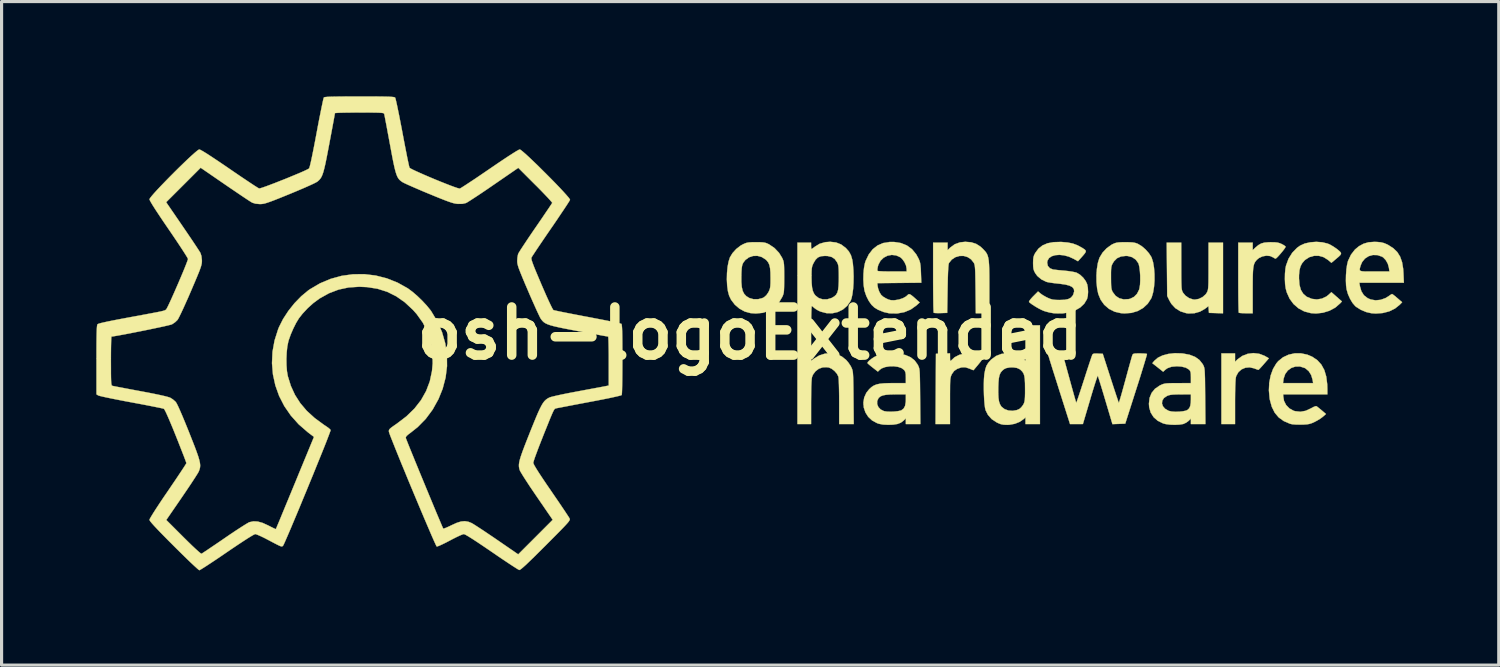
<source format=kicad_pcb>
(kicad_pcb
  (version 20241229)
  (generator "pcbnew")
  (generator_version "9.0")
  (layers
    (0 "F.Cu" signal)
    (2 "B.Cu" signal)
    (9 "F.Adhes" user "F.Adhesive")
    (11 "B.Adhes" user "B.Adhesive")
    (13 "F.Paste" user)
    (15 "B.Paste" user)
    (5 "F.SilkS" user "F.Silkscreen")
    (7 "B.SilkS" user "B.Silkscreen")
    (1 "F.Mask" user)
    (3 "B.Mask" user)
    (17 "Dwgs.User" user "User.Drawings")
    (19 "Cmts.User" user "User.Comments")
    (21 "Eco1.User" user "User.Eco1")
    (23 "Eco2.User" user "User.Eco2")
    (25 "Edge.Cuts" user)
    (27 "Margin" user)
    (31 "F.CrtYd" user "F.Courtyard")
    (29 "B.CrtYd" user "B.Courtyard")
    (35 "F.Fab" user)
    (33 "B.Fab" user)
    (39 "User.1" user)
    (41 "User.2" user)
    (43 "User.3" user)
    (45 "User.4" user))
  (footprint "osh-logoExtended"
    (layer "F.Cu")
    (at 20.701 7.505)
    (property "Reference" "osh-logoExtended" (at 0 0 0) (layer "F.SilkS") (effects (font (size 1.524 1.524) (thickness 0.3))))
    (attr through_hole)
    (fp_poly (pts (xy 16.118 0.647) (xy 16.291 0.712) (xy 16.315 0.726) (xy 16.427 0.791) (xy 16.269 0.974) (xy 16.199 1.053) (xy 16.142 1.115) (xy 16.105 1.151) (xy 16.096 1.157) (xy 16.066 1.148) (xy 16.005 1.126) (xy 15.962 1.109) (xy 15.821 1.077) (xy 15.685 1.089) (xy 15.563 1.141) (xy 15.464 1.228) (xy 15.397 1.346) (xy 15.385 1.385) (xy 15.376 1.448) (xy 15.369 1.557) (xy 15.363 1.707) (xy 15.359 1.893) (xy 15.357 2.109) (xy 15.357 2.185) (xy 15.357 2.873) (xy 14.925 2.873) (xy 14.925 0.636) (xy 15.357 0.636) (xy 15.357 0.9) (xy 15.44 0.821) (xy 15.588 0.715) (xy 15.757 0.649) (xy 15.937 0.626) (xy 16.118 0.647)) (stroke (width 0.01) (type solid)) (fill yes) (layer "F.SilkS"))
    (fp_poly (pts (xy 7.128 0.658) (xy 7.236 0.699) (xy 7.309 0.738) (xy 7.359 0.771) (xy 7.373 0.789) (xy 7.358 0.817) (xy 7.317 0.873) (xy 7.258 0.948) (xy 7.229 0.984) (xy 7.164 1.062) (xy 7.112 1.124) (xy 7.082 1.161) (xy 7.078 1.166) (xy 7.053 1.161) (xy 6.998 1.139) (xy 6.96 1.122) (xy 6.823 1.076) (xy 6.692 1.078) (xy 6.559 1.125) (xy 6.462 1.191) (xy 6.394 1.285) (xy 6.388 1.296) (xy 6.372 1.33) (xy 6.359 1.365) (xy 6.349 1.407) (xy 6.341 1.461) (xy 6.336 1.535) (xy 6.333 1.634) (xy 6.332 1.765) (xy 6.331 1.935) (xy 6.331 2.141) (xy 6.331 2.873) (xy 5.873 2.873) (xy 5.879 1.761) (xy 5.886 0.648) (xy 6.108 0.641) (xy 6.331 0.634) (xy 6.332 0.768) (xy 6.334 0.844) (xy 6.342 0.876) (xy 6.357 0.871) (xy 6.364 0.863) (xy 6.477 0.758) (xy 6.622 0.683) (xy 6.787 0.64) (xy 6.959 0.631) (xy 7.128 0.658)) (stroke (width 0.01) (type solid)) (fill yes) (layer "F.SilkS"))
    (fp_poly (pts (xy 13.654 -2.129) (xy 13.654 -1.915) (xy 13.655 -1.745) (xy 13.657 -1.614) (xy 13.66 -1.515) (xy 13.664 -1.442) (xy 13.671 -1.389) (xy 13.681 -1.349) (xy 13.694 -1.317) (xy 13.71 -1.286) (xy 13.711 -1.284) (xy 13.79 -1.19) (xy 13.9 -1.116) (xy 14.023 -1.074) (xy 14.086 -1.068) (xy 14.209 -1.09) (xy 14.328 -1.148) (xy 14.425 -1.233) (xy 14.46 -1.284) (xy 14.477 -1.315) (xy 14.489 -1.347) (xy 14.499 -1.385) (xy 14.506 -1.437) (xy 14.511 -1.509) (xy 14.515 -1.605) (xy 14.516 -1.734) (xy 14.517 -1.901) (xy 14.517 -2.111) (xy 14.517 -2.129) (xy 14.518 -2.873) (xy 14.976 -2.873) (xy 14.976 -0.634) (xy 14.753 -0.641) (xy 14.531 -0.648) (xy 14.523 -0.755) (xy 14.515 -0.862) (xy 14.401 -0.775) (xy 14.244 -0.686) (xy 14.066 -0.636) (xy 13.881 -0.629) (xy 13.813 -0.638) (xy 13.626 -0.697) (xy 13.467 -0.797) (xy 13.34 -0.934) (xy 13.28 -1.037) (xy 13.209 -1.182) (xy 13.201 -2.028) (xy 13.193 -2.873) (xy 13.653 -2.873) (xy 13.654 -2.129)) (stroke (width 0.01) (type solid)) (fill yes) (layer "F.SilkS"))
    (fp_poly (pts (xy 16.611 -2.883) (xy 16.701 -2.874) (xy 16.773 -2.854) (xy 16.838 -2.826) (xy 16.906 -2.789) (xy 16.95 -2.756) (xy 16.959 -2.742) (xy 16.943 -2.71) (xy 16.903 -2.652) (xy 16.846 -2.58) (xy 16.783 -2.505) (xy 16.722 -2.437) (xy 16.672 -2.387) (xy 16.643 -2.365) (xy 16.642 -2.365) (xy 16.602 -2.38) (xy 16.569 -2.402) (xy 16.469 -2.448) (xy 16.35 -2.459) (xy 16.226 -2.437) (xy 16.114 -2.384) (xy 16.052 -2.333) (xy 16.015 -2.291) (xy 15.985 -2.248) (xy 15.962 -2.198) (xy 15.945 -2.136) (xy 15.932 -2.054) (xy 15.924 -1.948) (xy 15.919 -1.81) (xy 15.917 -1.635) (xy 15.916 -1.417) (xy 15.916 -1.356) (xy 15.916 -0.636) (xy 15.704 -0.636) (xy 15.605 -0.638) (xy 15.526 -0.643) (xy 15.481 -0.65) (xy 15.476 -0.653) (xy 15.472 -0.681) (xy 15.469 -0.755) (xy 15.466 -0.869) (xy 15.463 -1.018) (xy 15.461 -1.197) (xy 15.46 -1.4) (xy 15.459 -1.622) (xy 15.459 -1.771) (xy 15.459 -2.873) (xy 15.916 -2.873) (xy 15.916 -2.634) (xy 15.999 -2.713) (xy 16.093 -2.792) (xy 16.184 -2.844) (xy 16.288 -2.873) (xy 16.419 -2.884) (xy 16.488 -2.885) (xy 16.611 -2.883)) (stroke (width 0.01) (type solid)) (fill yes) (layer "F.SilkS"))
    (fp_poly (pts (xy 7.001 -2.883) (xy 7.157 -2.834) (xy 7.295 -2.746) (xy 7.362 -2.684) (xy 7.416 -2.628) (xy 7.461 -2.577) (xy 7.496 -2.524) (xy 7.523 -2.463) (xy 7.543 -2.389) (xy 7.558 -2.295) (xy 7.567 -2.178) (xy 7.573 -2.03) (xy 7.576 -1.845) (xy 7.577 -1.619) (xy 7.577 -1.47) (xy 7.577 -0.636) (xy 7.148 -0.636) (xy 7.14 -1.392) (xy 7.137 -1.613) (xy 7.134 -1.788) (xy 7.131 -1.925) (xy 7.126 -2.028) (xy 7.12 -2.104) (xy 7.112 -2.159) (xy 7.101 -2.198) (xy 7.089 -2.227) (xy 7.088 -2.229) (xy 7.001 -2.34) (xy 6.89 -2.414) (xy 6.763 -2.451) (xy 6.631 -2.45) (xy 6.502 -2.412) (xy 6.388 -2.337) (xy 6.297 -2.225) (xy 6.297 -2.225) (xy 6.286 -2.181) (xy 6.277 -2.089) (xy 6.269 -1.948) (xy 6.262 -1.757) (xy 6.257 -1.516) (xy 6.255 -1.411) (xy 6.242 -0.648) (xy 6.037 -0.641) (xy 5.94 -0.64) (xy 5.863 -0.643) (xy 5.819 -0.649) (xy 5.815 -0.652) (xy 5.811 -0.68) (xy 5.808 -0.754) (xy 5.804 -0.868) (xy 5.802 -1.018) (xy 5.8 -1.197) (xy 5.798 -1.4) (xy 5.797 -1.623) (xy 5.797 -1.771) (xy 5.797 -2.873) (xy 6.255 -2.873) (xy 6.255 -2.634) (xy 6.337 -2.714) (xy 6.481 -2.82) (xy 6.649 -2.881) (xy 6.816 -2.898) (xy 7.001 -2.883)) (stroke (width 0.01) (type solid)) (fill yes) (layer "F.SilkS"))
    (fp_poly (pts (xy 18.118 -2.883) (xy 18.288 -2.842) (xy 18.359 -2.812) (xy 18.462 -2.753) (xy 18.57 -2.68) (xy 18.621 -2.639) (xy 18.678 -2.59) (xy 18.709 -2.551) (xy 18.713 -2.516) (xy 18.687 -2.474) (xy 18.628 -2.418) (xy 18.532 -2.337) (xy 18.529 -2.334) (xy 18.408 -2.233) (xy 18.303 -2.323) (xy 18.165 -2.411) (xy 18.014 -2.454) (xy 17.859 -2.454) (xy 17.71 -2.412) (xy 17.576 -2.326) (xy 17.552 -2.303) (xy 17.478 -2.215) (xy 17.428 -2.117) (xy 17.397 -1.998) (xy 17.383 -1.846) (xy 17.382 -1.738) (xy 17.397 -1.538) (xy 17.44 -1.378) (xy 17.515 -1.254) (xy 17.621 -1.162) (xy 17.632 -1.156) (xy 17.786 -1.092) (xy 17.947 -1.073) (xy 18.105 -1.098) (xy 18.248 -1.165) (xy 18.308 -1.212) (xy 18.408 -1.303) (xy 18.741 -1.01) (xy 18.683 -0.947) (xy 18.529 -0.814) (xy 18.344 -0.715) (xy 18.138 -0.652) (xy 17.922 -0.628) (xy 17.76 -0.639) (xy 17.552 -0.693) (xy 17.367 -0.791) (xy 17.21 -0.927) (xy 17.084 -1.098) (xy 16.994 -1.3) (xy 16.962 -1.419) (xy 16.942 -1.557) (xy 16.935 -1.72) (xy 16.938 -1.889) (xy 16.952 -2.044) (xy 16.971 -2.144) (xy 17.051 -2.362) (xy 17.169 -2.552) (xy 17.32 -2.707) (xy 17.419 -2.778) (xy 17.566 -2.844) (xy 17.742 -2.883) (xy 17.931 -2.897) (xy 18.118 -2.883)) (stroke (width 0.01) (type solid)) (fill yes) (layer "F.SilkS"))
    (fp_poly (pts (xy 17.647 0.676) (xy 17.804 0.743) (xy 17.964 0.852) (xy 18.09 0.991) (xy 18.184 1.163) (xy 18.245 1.37) (xy 18.276 1.616) (xy 18.28 1.761) (xy 18.281 1.932) (xy 16.882 1.932) (xy 16.883 1.99) (xy 16.907 2.138) (xy 16.974 2.27) (xy 17.077 2.377) (xy 17.208 2.45) (xy 17.259 2.465) (xy 17.429 2.483) (xy 17.595 2.453) (xy 17.762 2.375) (xy 17.84 2.333) (xy 17.902 2.308) (xy 17.934 2.306) (xy 17.967 2.33) (xy 18.026 2.377) (xy 18.098 2.437) (xy 18.1 2.438) (xy 18.236 2.554) (xy 18.138 2.641) (xy 18.062 2.698) (xy 17.962 2.759) (xy 17.874 2.806) (xy 17.789 2.844) (xy 17.714 2.868) (xy 17.632 2.882) (xy 17.526 2.889) (xy 17.455 2.891) (xy 17.298 2.89) (xy 17.172 2.88) (xy 17.099 2.864) (xy 16.9 2.778) (xy 16.739 2.662) (xy 16.614 2.514) (xy 16.522 2.33) (xy 16.46 2.106) (xy 16.451 2.054) (xy 16.429 1.806) (xy 16.44 1.576) (xy 16.876 1.576) (xy 17.83 1.576) (xy 17.812 1.468) (xy 17.768 1.321) (xy 17.691 1.198) (xy 17.587 1.11) (xy 17.561 1.096) (xy 17.415 1.05) (xy 17.273 1.051) (xy 17.142 1.094) (xy 17.03 1.174) (xy 16.945 1.288) (xy 16.896 1.431) (xy 16.892 1.456) (xy 16.876 1.576) (xy 16.44 1.576) (xy 16.441 1.564) (xy 16.485 1.335) (xy 16.56 1.129) (xy 16.663 0.955) (xy 16.725 0.881) (xy 16.876 0.759) (xy 17.053 0.676) (xy 17.245 0.634) (xy 17.446 0.634) (xy 17.647 0.676)) (stroke (width 0.01) (type solid)) (fill yes) (layer "F.SilkS"))
    (fp_poly (pts (xy 9.179 2.873) (xy 8.721 2.873) (xy 8.721 2.661) (xy 8.664 2.714) (xy 8.539 2.802) (xy 8.383 2.864) (xy 8.212 2.895) (xy 8.147 2.898) (xy 8.033 2.894) (xy 7.943 2.877) (xy 7.85 2.84) (xy 7.811 2.821) (xy 7.65 2.715) (xy 7.531 2.579) (xy 7.459 2.437) (xy 7.441 2.362) (xy 7.426 2.247) (xy 7.414 2.102) (xy 7.406 1.94) (xy 7.405 1.895) (xy 7.859 1.895) (xy 7.866 2.043) (xy 7.883 2.156) (xy 7.912 2.243) (xy 7.953 2.312) (xy 7.965 2.327) (xy 8.06 2.401) (xy 8.183 2.444) (xy 8.317 2.454) (xy 8.449 2.43) (xy 8.526 2.396) (xy 8.586 2.345) (xy 8.642 2.272) (xy 8.655 2.25) (xy 8.676 2.206) (xy 8.69 2.158) (xy 8.7 2.097) (xy 8.705 2.013) (xy 8.708 1.897) (xy 8.708 1.754) (xy 8.706 1.579) (xy 8.699 1.446) (xy 8.684 1.346) (xy 8.66 1.272) (xy 8.622 1.213) (xy 8.57 1.161) (xy 8.535 1.134) (xy 8.451 1.096) (xy 8.339 1.078) (xy 8.22 1.08) (xy 8.111 1.101) (xy 8.043 1.134) (xy 7.978 1.189) (xy 7.931 1.249) (xy 7.899 1.324) (xy 7.878 1.422) (xy 7.866 1.553) (xy 7.86 1.705) (xy 7.859 1.895) (xy 7.405 1.895) (xy 7.402 1.77) (xy 7.402 1.603) (xy 7.406 1.45) (xy 7.416 1.323) (xy 7.422 1.275) (xy 7.45 1.134) (xy 7.487 1.025) (xy 7.544 0.934) (xy 7.627 0.84) (xy 7.643 0.825) (xy 7.788 0.718) (xy 7.953 0.653) (xy 8.131 0.63) (xy 8.313 0.65) (xy 8.491 0.713) (xy 8.637 0.803) (xy 8.721 0.867) (xy 8.721 -0.254) (xy 9.179 -0.254) (xy 9.179 2.873)) (stroke (width 0.01) (type solid)) (fill yes) (layer "F.SilkS"))
    (fp_poly (pts (xy 19.852 -2.894) (xy 19.974 -2.882) (xy 20.07 -2.859) (xy 20.166 -2.819) (xy 20.209 -2.797) (xy 20.369 -2.694) (xy 20.493 -2.574) (xy 20.584 -2.429) (xy 20.646 -2.253) (xy 20.681 -2.041) (xy 20.69 -1.901) (xy 20.703 -1.602) (xy 19.293 -1.602) (xy 19.311 -1.494) (xy 19.358 -1.331) (xy 19.438 -1.205) (xy 19.555 -1.114) (xy 19.651 -1.072) (xy 19.805 -1.045) (xy 19.968 -1.061) (xy 20.126 -1.118) (xy 20.229 -1.183) (xy 20.285 -1.222) (xy 20.323 -1.244) (xy 20.329 -1.246) (xy 20.355 -1.23) (xy 20.409 -1.189) (xy 20.479 -1.13) (xy 20.497 -1.115) (xy 20.648 -0.984) (xy 20.568 -0.902) (xy 20.42 -0.784) (xy 20.239 -0.696) (xy 20.034 -0.643) (xy 19.816 -0.627) (xy 19.677 -0.636) (xy 19.511 -0.674) (xy 19.343 -0.744) (xy 19.197 -0.835) (xy 19.164 -0.862) (xy 19.08 -0.959) (xy 19.001 -1.09) (xy 18.934 -1.239) (xy 18.89 -1.391) (xy 18.89 -1.392) (xy 18.873 -1.516) (xy 18.867 -1.67) (xy 18.87 -1.838) (xy 18.882 -2.005) (xy 18.886 -2.036) (xy 19.304 -2.036) (xy 19.306 -2.001) (xy 19.33 -1.978) (xy 19.379 -1.965) (xy 19.461 -1.959) (xy 19.582 -1.958) (xy 19.746 -1.958) (xy 19.772 -1.958) (xy 20.246 -1.958) (xy 20.229 -2.078) (xy 20.195 -2.202) (xy 20.132 -2.315) (xy 20.052 -2.401) (xy 20.013 -2.427) (xy 19.868 -2.477) (xy 19.723 -2.481) (xy 19.589 -2.444) (xy 19.472 -2.369) (xy 19.382 -2.259) (xy 19.336 -2.154) (xy 19.316 -2.086) (xy 19.304 -2.036) (xy 18.886 -2.036) (xy 18.902 -2.155) (xy 18.929 -2.273) (xy 18.935 -2.293) (xy 19.029 -2.491) (xy 19.154 -2.653) (xy 19.281 -2.758) (xy 19.428 -2.838) (xy 19.584 -2.883) (xy 19.763 -2.896) (xy 19.852 -2.894)) (stroke (width 0.01) (type solid)) (fill yes) (layer "F.SilkS"))
    (fp_poly (pts (xy 4.558 -2.893) (xy 4.776 -2.859) (xy 4.966 -2.782) (xy 5.129 -2.662) (xy 5.261 -2.502) (xy 5.334 -2.369) (xy 5.364 -2.299) (xy 5.384 -2.23) (xy 5.397 -2.149) (xy 5.406 -2.044) (xy 5.411 -1.914) (xy 5.422 -1.603) (xy 4.726 -1.596) (xy 4.03 -1.589) (xy 4.038 -1.5) (xy 4.054 -1.422) (xy 4.086 -1.331) (xy 4.102 -1.297) (xy 4.15 -1.218) (xy 4.214 -1.16) (xy 4.297 -1.11) (xy 4.388 -1.068) (xy 4.464 -1.049) (xy 4.552 -1.047) (xy 4.59 -1.05) (xy 4.718 -1.071) (xy 4.839 -1.112) (xy 4.937 -1.166) (xy 4.982 -1.206) (xy 5.013 -1.235) (xy 5.046 -1.24) (xy 5.091 -1.22) (xy 5.157 -1.169) (xy 5.222 -1.112) (xy 5.371 -0.978) (xy 5.268 -0.884) (xy 5.089 -0.756) (xy 4.885 -0.671) (xy 4.66 -0.629) (xy 4.42 -0.633) (xy 4.399 -0.636) (xy 4.226 -0.676) (xy 4.052 -0.747) (xy 3.937 -0.817) (xy 3.845 -0.905) (xy 3.757 -1.03) (xy 3.683 -1.177) (xy 3.629 -1.333) (xy 3.621 -1.366) (xy 3.597 -1.524) (xy 3.587 -1.704) (xy 3.591 -1.891) (xy 3.6 -1.989) (xy 4.031 -1.989) (xy 4.033 -1.978) (xy 4.062 -1.971) (xy 4.132 -1.966) (xy 4.237 -1.961) (xy 4.368 -1.959) (xy 4.502 -1.958) (xy 4.958 -1.958) (xy 4.958 -2.041) (xy 4.939 -2.146) (xy 4.888 -2.258) (xy 4.817 -2.356) (xy 4.759 -2.408) (xy 4.626 -2.468) (xy 4.487 -2.484) (xy 4.353 -2.459) (xy 4.231 -2.396) (xy 4.131 -2.3) (xy 4.063 -2.174) (xy 4.046 -2.113) (xy 4.033 -2.04) (xy 4.031 -1.989) (xy 3.6 -1.989) (xy 3.608 -2.069) (xy 3.637 -2.221) (xy 3.659 -2.291) (xy 3.759 -2.499) (xy 3.884 -2.662) (xy 4.036 -2.782) (xy 4.214 -2.859) (xy 4.419 -2.893) (xy 4.558 -2.893)) (stroke (width 0.01) (type solid)) (fill yes) (layer "F.SilkS"))
    (fp_poly (pts (xy 12.02 -2.884) (xy 12.118 -2.878) (xy 12.191 -2.865) (xy 12.256 -2.844) (xy 12.286 -2.83) (xy 12.404 -2.758) (xy 12.523 -2.656) (xy 12.628 -2.538) (xy 12.705 -2.42) (xy 12.716 -2.397) (xy 12.761 -2.253) (xy 12.791 -2.076) (xy 12.806 -1.878) (xy 12.807 -1.674) (xy 12.792 -1.475) (xy 12.762 -1.294) (xy 12.719 -1.146) (xy 12.702 -1.107) (xy 12.592 -0.938) (xy 12.448 -0.804) (xy 12.274 -0.706) (xy 12.075 -0.647) (xy 11.856 -0.631) (xy 11.747 -0.638) (xy 11.546 -0.684) (xy 11.368 -0.773) (xy 11.218 -0.901) (xy 11.102 -1.062) (xy 11.026 -1.247) (xy 10.989 -1.426) (xy 10.97 -1.627) (xy 10.969 -1.767) (xy 11.429 -1.767) (xy 11.43 -1.621) (xy 11.433 -1.516) (xy 11.44 -1.44) (xy 11.451 -1.384) (xy 11.469 -1.337) (xy 11.484 -1.307) (xy 11.574 -1.188) (xy 11.692 -1.11) (xy 11.831 -1.075) (xy 11.989 -1.084) (xy 12.039 -1.096) (xy 12.158 -1.155) (xy 12.254 -1.253) (xy 12.319 -1.382) (xy 12.332 -1.432) (xy 12.349 -1.542) (xy 12.355 -1.679) (xy 12.354 -1.826) (xy 12.344 -1.971) (xy 12.328 -2.098) (xy 12.305 -2.195) (xy 12.295 -2.221) (xy 12.213 -2.334) (xy 12.098 -2.412) (xy 11.959 -2.449) (xy 11.902 -2.452) (xy 11.746 -2.434) (xy 11.623 -2.38) (xy 11.528 -2.286) (xy 11.498 -2.24) (xy 11.47 -2.191) (xy 11.451 -2.146) (xy 11.439 -2.094) (xy 11.432 -2.026) (xy 11.429 -1.929) (xy 11.429 -1.794) (xy 11.429 -1.767) (xy 10.969 -1.767) (xy 10.968 -1.836) (xy 10.983 -2.041) (xy 11.013 -2.227) (xy 11.06 -2.38) (xy 11.07 -2.403) (xy 11.164 -2.558) (xy 11.295 -2.697) (xy 11.446 -2.805) (xy 11.48 -2.823) (xy 11.543 -2.851) (xy 11.605 -2.87) (xy 11.678 -2.88) (xy 11.776 -2.885) (xy 11.886 -2.886) (xy 12.02 -2.884)) (stroke (width 0.01) (type solid)) (fill yes) (layer "F.SilkS"))
    (fp_poly (pts (xy 0.318 -2.885) (xy 0.408 -2.88) (xy 0.475 -2.869) (xy 0.533 -2.85) (xy 0.596 -2.82) (xy 0.605 -2.815) (xy 0.775 -2.699) (xy 0.918 -2.548) (xy 1.015 -2.39) (xy 1.038 -2.339) (xy 1.055 -2.293) (xy 1.066 -2.242) (xy 1.074 -2.177) (xy 1.078 -2.091) (xy 1.08 -1.973) (xy 1.081 -1.816) (xy 1.081 -1.767) (xy 1.08 -1.596) (xy 1.078 -1.467) (xy 1.074 -1.372) (xy 1.068 -1.302) (xy 1.057 -1.248) (xy 1.041 -1.202) (xy 1.024 -1.161) (xy 0.911 -0.971) (xy 0.769 -0.822) (xy 0.599 -0.714) (xy 0.403 -0.649) (xy 0.183 -0.628) (xy 0.017 -0.64) (xy -0.165 -0.689) (xy -0.335 -0.781) (xy -0.484 -0.909) (xy -0.602 -1.065) (xy -0.662 -1.19) (xy -0.701 -1.334) (xy -0.725 -1.511) (xy -0.731 -1.627) (xy -0.276 -1.627) (xy -0.263 -1.468) (xy -0.234 -1.344) (xy -0.187 -1.25) (xy -0.12 -1.178) (xy -0.028 -1.121) (xy -0.015 -1.115) (xy 0.111 -1.08) (xy 0.251 -1.08) (xy 0.385 -1.114) (xy 0.444 -1.143) (xy 0.515 -1.206) (xy 0.578 -1.296) (xy 0.589 -1.317) (xy 0.615 -1.374) (xy 0.632 -1.43) (xy 0.642 -1.499) (xy 0.647 -1.592) (xy 0.648 -1.72) (xy 0.648 -1.754) (xy 0.645 -1.928) (xy 0.634 -2.061) (xy 0.613 -2.161) (xy 0.579 -2.239) (xy 0.53 -2.303) (xy 0.495 -2.337) (xy 0.369 -2.417) (xy 0.232 -2.454) (xy 0.094 -2.45) (xy -0.037 -2.406) (xy -0.149 -2.323) (xy -0.215 -2.237) (xy -0.238 -2.19) (xy -0.254 -2.134) (xy -0.265 -2.057) (xy -0.272 -1.95) (xy -0.276 -1.83) (xy -0.276 -1.627) (xy -0.731 -1.627) (xy -0.735 -1.708) (xy -0.73 -1.911) (xy -0.712 -2.104) (xy -0.679 -2.276) (xy -0.637 -2.406) (xy -0.555 -2.541) (xy -0.438 -2.67) (xy -0.302 -2.776) (xy -0.232 -2.815) (xy -0.163 -2.847) (xy -0.101 -2.868) (xy -0.033 -2.879) (xy 0.058 -2.885) (xy 0.184 -2.886) (xy 0.191 -2.886) (xy 0.318 -2.885)) (stroke (width 0.01) (type solid)) (fill yes) (layer "F.SilkS"))
    (fp_poly (pts (xy 13.668 0.635) (xy 13.707 0.639) (xy 13.92 0.679) (xy 14.094 0.747) (xy 14.23 0.845) (xy 14.333 0.975) (xy 14.347 1.001) (xy 14.362 1.031) (xy 14.374 1.062) (xy 14.384 1.1) (xy 14.392 1.15) (xy 14.397 1.219) (xy 14.401 1.311) (xy 14.405 1.432) (xy 14.407 1.588) (xy 14.409 1.785) (xy 14.411 1.99) (xy 14.419 2.873) (xy 13.959 2.873) (xy 13.959 2.699) (xy 13.887 2.771) (xy 13.812 2.827) (xy 13.724 2.868) (xy 13.715 2.871) (xy 13.598 2.89) (xy 13.454 2.897) (xy 13.303 2.892) (xy 13.165 2.874) (xy 13.081 2.853) (xy 12.911 2.77) (xy 12.779 2.655) (xy 12.687 2.511) (xy 12.638 2.341) (xy 12.63 2.229) (xy 12.631 2.219) (xy 13.043 2.219) (xy 13.073 2.309) (xy 13.142 2.389) (xy 13.249 2.451) (xy 13.259 2.455) (xy 13.346 2.475) (xy 13.46 2.483) (xy 13.584 2.481) (xy 13.703 2.469) (xy 13.8 2.449) (xy 13.848 2.428) (xy 13.904 2.376) (xy 13.938 2.302) (xy 13.955 2.196) (xy 13.959 2.096) (xy 13.959 1.932) (xy 13.634 1.933) (xy 13.488 1.935) (xy 13.382 1.94) (xy 13.303 1.95) (xy 13.241 1.967) (xy 13.202 1.983) (xy 13.107 2.047) (xy 13.054 2.129) (xy 13.043 2.219) (xy 12.631 2.219) (xy 12.651 2.044) (xy 12.716 1.886) (xy 12.822 1.756) (xy 12.972 1.653) (xy 13.005 1.637) (xy 13.057 1.614) (xy 13.107 1.598) (xy 13.166 1.587) (xy 13.243 1.581) (xy 13.349 1.578) (xy 13.492 1.577) (xy 13.545 1.577) (xy 13.959 1.576) (xy 13.959 1.39) (xy 13.957 1.29) (xy 13.948 1.225) (xy 13.929 1.182) (xy 13.897 1.146) (xy 13.801 1.088) (xy 13.663 1.053) (xy 13.513 1.043) (xy 13.346 1.058) (xy 13.216 1.104) (xy 13.147 1.154) (xy 13.081 1.216) (xy 12.91 1.08) (xy 12.738 0.945) (xy 12.803 0.868) (xy 12.913 0.773) (xy 13.063 0.7) (xy 13.244 0.652) (xy 13.448 0.629) (xy 13.668 0.635)) (stroke (width 0.01) (type solid)) (fill yes) (layer "F.SilkS"))
    (fp_poly (pts (xy 4.718 0.645) (xy 4.92 0.687) (xy 5.084 0.758) (xy 5.212 0.859) (xy 5.308 0.991) (xy 5.317 1.01) (xy 5.333 1.044) (xy 5.346 1.077) (xy 5.357 1.115) (xy 5.365 1.165) (xy 5.371 1.23) (xy 5.375 1.319) (xy 5.378 1.435) (xy 5.381 1.585) (xy 5.383 1.775) (xy 5.385 2.002) (xy 5.393 2.873) (xy 4.933 2.873) (xy 4.933 2.691) (xy 4.859 2.765) (xy 4.775 2.828) (xy 4.668 2.87) (xy 4.528 2.892) (xy 4.37 2.897) (xy 4.21 2.889) (xy 4.081 2.864) (xy 4.02 2.843) (xy 3.865 2.759) (xy 3.742 2.644) (xy 3.654 2.507) (xy 3.602 2.353) (xy 3.592 2.241) (xy 4.024 2.241) (xy 4.063 2.335) (xy 4.136 2.412) (xy 4.238 2.462) (xy 4.24 2.463) (xy 4.327 2.477) (xy 4.442 2.482) (xy 4.565 2.477) (xy 4.68 2.465) (xy 4.768 2.446) (xy 4.788 2.439) (xy 4.862 2.384) (xy 4.908 2.298) (xy 4.93 2.174) (xy 4.933 2.099) (xy 4.933 1.932) (xy 4.621 1.932) (xy 4.443 1.936) (xy 4.307 1.946) (xy 4.207 1.965) (xy 4.135 1.994) (xy 4.083 2.035) (xy 4.069 2.051) (xy 4.025 2.143) (xy 4.024 2.241) (xy 3.592 2.241) (xy 3.588 2.193) (xy 3.614 2.034) (xy 3.682 1.883) (xy 3.773 1.769) (xy 3.845 1.703) (xy 3.92 1.654) (xy 4.005 1.619) (xy 4.11 1.596) (xy 4.243 1.583) (xy 4.414 1.577) (xy 4.53 1.576) (xy 4.933 1.576) (xy 4.933 1.4) (xy 4.93 1.298) (xy 4.918 1.23) (xy 4.894 1.181) (xy 4.875 1.157) (xy 4.796 1.099) (xy 4.683 1.061) (xy 4.55 1.043) (xy 4.411 1.046) (xy 4.279 1.068) (xy 4.167 1.11) (xy 4.106 1.155) (xy 4.048 1.212) (xy 3.887 1.087) (xy 3.81 1.026) (xy 3.751 0.976) (xy 3.72 0.946) (xy 3.718 0.942) (xy 3.73 0.909) (xy 3.777 0.861) (xy 3.847 0.806) (xy 3.931 0.751) (xy 4.017 0.705) (xy 4.058 0.687) (xy 4.145 0.659) (xy 4.234 0.642) (xy 4.341 0.634) (xy 4.475 0.631) (xy 4.718 0.645)) (stroke (width 0.01) (type solid)) (fill yes) (layer "F.SilkS"))
    (fp_poly (pts (xy 12.441 0.638) (xy 12.519 0.643) (xy 12.563 0.651) (xy 12.568 0.655) (xy 12.563 0.682) (xy 12.543 0.753) (xy 12.511 0.862) (xy 12.468 1.005) (xy 12.415 1.177) (xy 12.355 1.372) (xy 12.287 1.587) (xy 12.229 1.767) (xy 11.88 2.86) (xy 11.475 2.875) (xy 11.25 2.118) (xy 11.194 1.93) (xy 11.142 1.758) (xy 11.096 1.608) (xy 11.058 1.486) (xy 11.03 1.398) (xy 11.014 1.35) (xy 11.011 1.343) (xy 11 1.362) (xy 10.978 1.424) (xy 10.944 1.524) (xy 10.902 1.655) (xy 10.853 1.813) (xy 10.799 1.992) (xy 10.768 2.099) (xy 10.539 2.872) (xy 10.335 2.873) (xy 10.132 2.873) (xy 9.782 1.773) (xy 9.711 1.547) (xy 9.644 1.335) (xy 9.583 1.144) (xy 9.531 0.976) (xy 9.488 0.839) (xy 9.457 0.736) (xy 9.438 0.673) (xy 9.433 0.654) (xy 9.456 0.646) (xy 9.519 0.641) (xy 9.611 0.64) (xy 9.665 0.641) (xy 9.897 0.648) (xy 10.109 1.42) (xy 10.161 1.61) (xy 10.209 1.783) (xy 10.251 1.934) (xy 10.286 2.057) (xy 10.311 2.145) (xy 10.326 2.194) (xy 10.329 2.201) (xy 10.338 2.18) (xy 10.361 2.116) (xy 10.396 2.015) (xy 10.44 1.884) (xy 10.492 1.726) (xy 10.549 1.55) (xy 10.576 1.467) (xy 10.636 1.28) (xy 10.692 1.108) (xy 10.742 0.956) (xy 10.784 0.831) (xy 10.815 0.739) (xy 10.834 0.687) (xy 10.837 0.679) (xy 10.859 0.653) (xy 10.9 0.641) (xy 10.973 0.639) (xy 11.014 0.641) (xy 11.168 0.648) (xy 11.417 1.42) (xy 11.478 1.608) (xy 11.534 1.78) (xy 11.584 1.931) (xy 11.625 2.053) (xy 11.655 2.143) (xy 11.673 2.193) (xy 11.676 2.201) (xy 11.685 2.18) (xy 11.706 2.116) (xy 11.736 2.015) (xy 11.774 1.882) (xy 11.818 1.724) (xy 11.867 1.546) (xy 11.885 1.481) (xy 11.936 1.294) (xy 11.983 1.12) (xy 12.026 0.967) (xy 12.061 0.842) (xy 12.087 0.75) (xy 12.103 0.699) (xy 12.105 0.693) (xy 12.119 0.665) (xy 12.144 0.648) (xy 12.19 0.639) (xy 12.269 0.636) (xy 12.342 0.636) (xy 12.441 0.638)) (stroke (width 0.01) (type solid)) (fill yes) (layer "F.SilkS"))
    (fp_poly (pts (xy 9.862 -2.893) (xy 10.059 -2.876) (xy 10.224 -2.842) (xy 10.374 -2.785) (xy 10.528 -2.7) (xy 10.535 -2.695) (xy 10.595 -2.655) (xy 10.627 -2.622) (xy 10.631 -2.586) (xy 10.605 -2.538) (xy 10.547 -2.467) (xy 10.493 -2.406) (xy 10.383 -2.283) (xy 10.245 -2.36) (xy 10.093 -2.429) (xy 9.941 -2.47) (xy 9.795 -2.485) (xy 9.663 -2.475) (xy 9.551 -2.441) (xy 9.467 -2.383) (xy 9.418 -2.302) (xy 9.407 -2.236) (xy 9.429 -2.135) (xy 9.492 -2.062) (xy 9.591 -2.022) (xy 9.596 -2.021) (xy 9.654 -2.014) (xy 9.747 -2.003) (xy 9.863 -1.992) (xy 9.957 -1.984) (xy 10.084 -1.97) (xy 10.203 -1.952) (xy 10.3 -1.932) (xy 10.345 -1.918) (xy 10.448 -1.856) (xy 10.549 -1.762) (xy 10.63 -1.652) (xy 10.674 -1.556) (xy 10.696 -1.441) (xy 10.703 -1.31) (xy 10.694 -1.185) (xy 10.67 -1.087) (xy 10.669 -1.084) (xy 10.582 -0.939) (xy 10.454 -0.818) (xy 10.292 -0.725) (xy 10.101 -0.662) (xy 9.887 -0.63) (xy 9.656 -0.633) (xy 9.611 -0.637) (xy 9.493 -0.657) (xy 9.369 -0.689) (xy 9.3 -0.711) (xy 9.216 -0.748) (xy 9.117 -0.8) (xy 9.017 -0.859) (xy 8.928 -0.917) (xy 8.861 -0.967) (xy 8.832 -0.996) (xy 8.842 -1.025) (xy 8.881 -1.079) (xy 8.942 -1.148) (xy 8.968 -1.174) (xy 9.119 -1.326) (xy 9.198 -1.26) (xy 9.264 -1.213) (xy 9.355 -1.16) (xy 9.424 -1.125) (xy 9.508 -1.09) (xy 9.585 -1.069) (xy 9.675 -1.059) (xy 9.795 -1.056) (xy 9.802 -1.056) (xy 9.959 -1.062) (xy 10.075 -1.085) (xy 10.158 -1.128) (xy 10.215 -1.193) (xy 10.237 -1.237) (xy 10.263 -1.329) (xy 10.253 -1.404) (xy 10.205 -1.464) (xy 10.116 -1.51) (xy 9.983 -1.545) (xy 9.803 -1.57) (xy 9.76 -1.574) (xy 9.634 -1.588) (xy 9.518 -1.604) (xy 9.426 -1.62) (xy 9.379 -1.632) (xy 9.224 -1.708) (xy 9.096 -1.816) (xy 9.031 -1.905) (xy 8.995 -1.974) (xy 8.974 -2.039) (xy 8.965 -2.12) (xy 8.962 -2.225) (xy 8.965 -2.335) (xy 8.975 -2.414) (xy 8.996 -2.479) (xy 9.034 -2.55) (xy 9.034 -2.55) (xy 9.135 -2.685) (xy 9.263 -2.785) (xy 9.42 -2.852) (xy 9.611 -2.887) (xy 9.84 -2.894) (xy 9.862 -2.893)) (stroke (width 0.01) (type solid)) (fill yes) (layer "F.SilkS"))
    (fp_poly (pts (xy 2.724 -2.877) (xy 2.884 -2.814) (xy 3.03 -2.704) (xy 3.034 -2.7) (xy 3.129 -2.592) (xy 3.194 -2.474) (xy 3.236 -2.332) (xy 3.256 -2.204) (xy 3.272 -2.005) (xy 3.279 -1.799) (xy 3.275 -1.596) (xy 3.263 -1.406) (xy 3.241 -1.24) (xy 3.212 -1.106) (xy 3.182 -1.025) (xy 3.076 -0.872) (xy 2.939 -0.754) (xy 2.779 -0.675) (xy 2.604 -0.635) (xy 2.421 -0.639) (xy 2.237 -0.687) (xy 2.17 -0.716) (xy 2.095 -0.759) (xy 2.034 -0.803) (xy 2.017 -0.818) (xy 1.977 -0.854) (xy 1.954 -0.864) (xy 1.949 -0.84) (xy 1.944 -0.771) (xy 1.94 -0.662) (xy 1.937 -0.52) (xy 1.934 -0.35) (xy 1.933 -0.159) (xy 1.932 0.003) (xy 1.932 0.871) (xy 2.022 0.802) (xy 2.193 0.7) (xy 2.375 0.642) (xy 2.558 0.628) (xy 2.737 0.659) (xy 2.904 0.733) (xy 3.046 0.847) (xy 3.118 0.933) (xy 3.184 1.033) (xy 3.209 1.081) (xy 3.225 1.117) (xy 3.238 1.154) (xy 3.248 1.196) (xy 3.256 1.25) (xy 3.261 1.322) (xy 3.266 1.417) (xy 3.269 1.542) (xy 3.272 1.703) (xy 3.274 1.905) (xy 3.275 2.04) (xy 3.283 2.873) (xy 2.822 2.873) (xy 2.822 2.168) (xy 2.821 1.97) (xy 2.818 1.789) (xy 2.814 1.631) (xy 2.809 1.503) (xy 2.803 1.413) (xy 2.796 1.369) (xy 2.751 1.28) (xy 2.674 1.191) (xy 2.582 1.12) (xy 2.492 1.081) (xy 2.415 1.073) (xy 2.322 1.077) (xy 2.293 1.08) (xy 2.176 1.122) (xy 2.071 1.202) (xy 1.992 1.309) (xy 1.961 1.386) (xy 1.952 1.446) (xy 1.944 1.552) (xy 1.938 1.699) (xy 1.935 1.883) (xy 1.933 2.099) (xy 1.932 2.18) (xy 1.932 2.873) (xy 1.5 2.873) (xy 1.5 -1.78) (xy 1.946 -1.78) (xy 1.95 -1.596) (xy 1.963 -1.454) (xy 1.987 -1.345) (xy 2.024 -1.26) (xy 2.069 -1.198) (xy 2.174 -1.117) (xy 2.301 -1.076) (xy 2.44 -1.076) (xy 2.58 -1.119) (xy 2.593 -1.125) (xy 2.667 -1.169) (xy 2.723 -1.221) (xy 2.762 -1.287) (xy 2.788 -1.377) (xy 2.802 -1.496) (xy 2.809 -1.654) (xy 2.81 -1.767) (xy 2.809 -1.917) (xy 2.806 -2.027) (xy 2.8 -2.106) (xy 2.79 -2.163) (xy 2.774 -2.21) (xy 2.752 -2.256) (xy 2.68 -2.355) (xy 2.586 -2.417) (xy 2.46 -2.448) (xy 2.373 -2.452) (xy 2.245 -2.442) (xy 2.148 -2.403) (xy 2.072 -2.329) (xy 2.009 -2.223) (xy 1.982 -2.165) (xy 1.964 -2.11) (xy 1.953 -2.046) (xy 1.948 -1.959) (xy 1.946 -1.839) (xy 1.946 -1.78) (xy 1.5 -1.78) (xy 1.5 -2.873) (xy 1.932 -2.873) (xy 1.932 -2.771) (xy 1.935 -2.708) (xy 1.943 -2.672) (xy 1.947 -2.67) (xy 1.973 -2.684) (xy 2.024 -2.721) (xy 2.055 -2.745) (xy 2.206 -2.837) (xy 2.383 -2.887) (xy 2.539 -2.898) (xy 2.724 -2.877)) (stroke (width 0.01) (type solid)) (fill yes) (layer "F.SilkS"))
    (fp_poly (pts (xy -12.099 -7.5) (xy -11.874 -7.5) (xy -11.692 -7.498) (xy -11.548 -7.496) (xy -11.437 -7.493) (xy -11.356 -7.488) (xy -11.299 -7.483) (xy -11.263 -7.476) (xy -11.244 -7.468) (xy -11.239 -7.464) (xy -11.228 -7.432) (xy -11.209 -7.355) (xy -11.183 -7.239) (xy -11.152 -7.089) (xy -11.115 -6.91) (xy -11.076 -6.708) (xy -11.033 -6.488) (xy -11.009 -6.36) (xy -10.966 -6.132) (xy -10.925 -5.919) (xy -10.887 -5.725) (xy -10.854 -5.557) (xy -10.825 -5.419) (xy -10.803 -5.318) (xy -10.788 -5.258) (xy -10.784 -5.244) (xy -10.754 -5.222) (xy -10.684 -5.185) (xy -10.58 -5.136) (xy -10.449 -5.077) (xy -10.299 -5.011) (xy -10.135 -4.941) (xy -9.966 -4.87) (xy -9.797 -4.801) (xy -9.636 -4.737) (xy -9.49 -4.68) (xy -9.365 -4.634) (xy -9.268 -4.601) (xy -9.207 -4.585) (xy -9.191 -4.583) (xy -9.16 -4.6) (xy -9.092 -4.642) (xy -8.991 -4.707) (xy -8.862 -4.792) (xy -8.709 -4.893) (xy -8.538 -5.009) (xy -8.353 -5.135) (xy -8.246 -5.208) (xy -8.022 -5.361) (xy -7.823 -5.495) (xy -7.651 -5.609) (xy -7.509 -5.7) (xy -7.4 -5.768) (xy -7.326 -5.809) (xy -7.292 -5.822) (xy -7.259 -5.805) (xy -7.197 -5.755) (xy -7.108 -5.678) (xy -6.999 -5.578) (xy -6.874 -5.459) (xy -6.736 -5.327) (xy -6.592 -5.184) (xy -6.444 -5.037) (xy -6.298 -4.89) (xy -6.158 -4.747) (xy -6.029 -4.612) (xy -5.915 -4.49) (xy -5.821 -4.386) (xy -5.751 -4.305) (xy -5.71 -4.25) (xy -5.701 -4.228) (xy -5.718 -4.197) (xy -5.76 -4.129) (xy -5.825 -4.029) (xy -5.91 -3.901) (xy -6.012 -3.75) (xy -6.126 -3.58) (xy -6.251 -3.397) (xy -6.303 -3.322) (xy -6.432 -3.134) (xy -6.552 -2.958) (xy -6.661 -2.797) (xy -6.755 -2.658) (xy -6.83 -2.544) (xy -6.885 -2.46) (xy -6.915 -2.412) (xy -6.92 -2.404) (xy -6.925 -2.382) (xy -6.923 -2.35) (xy -6.912 -2.303) (xy -6.89 -2.237) (xy -6.856 -2.145) (xy -6.808 -2.024) (xy -6.743 -1.869) (xy -6.661 -1.675) (xy -6.609 -1.552) (xy -6.526 -1.361) (xy -6.449 -1.185) (xy -6.379 -1.031) (xy -6.319 -0.904) (xy -6.272 -0.809) (xy -6.24 -0.752) (xy -6.228 -0.737) (xy -6.195 -0.727) (xy -6.117 -0.71) (xy -5.999 -0.685) (xy -5.849 -0.655) (xy -5.67 -0.62) (xy -5.469 -0.581) (xy -5.25 -0.539) (xy -5.146 -0.52) (xy -4.922 -0.477) (xy -4.713 -0.437) (xy -4.524 -0.4) (xy -4.362 -0.367) (xy -4.23 -0.339) (xy -4.136 -0.317) (xy -4.083 -0.303) (xy -4.074 -0.3) (xy -4.066 -0.282) (xy -4.06 -0.24) (xy -4.054 -0.17) (xy -4.05 -0.069) (xy -4.047 0.066) (xy -4.045 0.241) (xy -4.044 0.457) (xy -4.043 0.719) (xy -4.043 0.823) (xy -4.044 1.055) (xy -4.045 1.272) (xy -4.047 1.468) (xy -4.05 1.639) (xy -4.053 1.777) (xy -4.057 1.879) (xy -4.062 1.939) (xy -4.064 1.953) (xy -4.094 1.966) (xy -4.171 1.986) (xy -4.292 2.014) (xy -4.453 2.049) (xy -4.651 2.089) (xy -4.883 2.134) (xy -5.1 2.175) (xy -5.322 2.217) (xy -5.529 2.256) (xy -5.716 2.292) (xy -5.877 2.323) (xy -6.007 2.348) (xy -6.1 2.366) (xy -6.15 2.377) (xy -6.157 2.379) (xy -6.171 2.384) (xy -6.186 2.395) (xy -6.201 2.414) (xy -6.221 2.448) (xy -6.246 2.499) (xy -6.279 2.574) (xy -6.322 2.675) (xy -6.376 2.808) (xy -6.444 2.978) (xy -6.529 3.188) (xy -6.57 3.292) (xy -6.643 3.477) (xy -6.71 3.65) (xy -6.767 3.803) (xy -6.814 3.931) (xy -6.846 4.028) (xy -6.863 4.087) (xy -6.865 4.099) (xy -6.854 4.135) (xy -6.821 4.199) (xy -6.765 4.293) (xy -6.684 4.421) (xy -6.577 4.584) (xy -6.442 4.784) (xy -6.304 4.985) (xy -6.179 5.168) (xy -6.061 5.34) (xy -5.956 5.496) (xy -5.865 5.631) (xy -5.793 5.74) (xy -5.742 5.818) (xy -5.717 5.86) (xy -5.715 5.864) (xy -5.709 5.88) (xy -5.709 5.899) (xy -5.719 5.923) (xy -5.74 5.956) (xy -5.776 6.001) (xy -5.831 6.062) (xy -5.906 6.142) (xy -6.006 6.245) (xy -6.132 6.373) (xy -6.289 6.531) (xy -6.472 6.715) (xy -6.674 6.916) (xy -6.842 7.083) (xy -6.981 7.217) (xy -7.091 7.323) (xy -7.177 7.4) (xy -7.239 7.453) (xy -7.282 7.484) (xy -7.307 7.494) (xy -7.31 7.493) (xy -7.341 7.477) (xy -7.41 7.435) (xy -7.511 7.37) (xy -7.639 7.286) (xy -7.789 7.186) (xy -7.957 7.073) (xy -8.137 6.949) (xy -8.18 6.92) (xy -8.422 6.755) (xy -8.626 6.618) (xy -8.793 6.509) (xy -8.921 6.429) (xy -9.01 6.378) (xy -9.058 6.357) (xy -9.063 6.356) (xy -9.106 6.368) (xy -9.185 6.4) (xy -9.29 6.449) (xy -9.413 6.511) (xy -9.506 6.56) (xy -9.634 6.627) (xy -9.747 6.682) (xy -9.839 6.724) (xy -9.9 6.747) (xy -9.922 6.75) (xy -9.937 6.725) (xy -9.969 6.657) (xy -10.017 6.551) (xy -10.079 6.411) (xy -10.152 6.241) (xy -10.235 6.047) (xy -10.327 5.832) (xy -10.425 5.6) (xy -10.527 5.357) (xy -10.632 5.106) (xy -10.738 4.852) (xy -10.843 4.6) (xy -10.944 4.353) (xy -11.042 4.117) (xy -11.132 3.895) (xy -11.214 3.692) (xy -11.286 3.512) (xy -11.346 3.36) (xy -11.393 3.241) (xy -11.423 3.158) (xy -11.436 3.116) (xy -11.436 3.114) (xy -11.437 3.081) (xy -11.427 3.051) (xy -11.4 3.017) (xy -11.347 2.974) (xy -11.264 2.915) (xy -11.184 2.86) (xy -10.881 2.629) (xy -10.626 2.381) (xy -10.418 2.114) (xy -10.257 1.827) (xy -10.141 1.521) (xy -10.072 1.195) (xy -10.05 0.953) (xy -10.058 0.601) (xy -10.113 0.268) (xy -10.214 -0.045) (xy -10.362 -0.338) (xy -10.558 -0.612) (xy -10.676 -0.744) (xy -10.933 -0.983) (xy -11.203 -1.172) (xy -11.49 -1.315) (xy -11.797 -1.412) (xy -12.126 -1.464) (xy -12.375 -1.475) (xy -12.713 -1.453) (xy -13.03 -1.385) (xy -13.333 -1.27) (xy -13.626 -1.107) (xy -13.644 -1.095) (xy -13.828 -0.959) (xy -14.009 -0.796) (xy -14.172 -0.621) (xy -14.287 -0.474) (xy -14.375 -0.329) (xy -14.463 -0.153) (xy -14.544 0.033) (xy -14.607 0.211) (xy -14.623 0.267) (xy -14.654 0.421) (xy -14.673 0.607) (xy -14.682 0.809) (xy -14.679 1.01) (xy -14.665 1.196) (xy -14.639 1.348) (xy -14.638 1.354) (xy -14.541 1.666) (xy -14.41 1.95) (xy -14.243 2.211) (xy -14.037 2.454) (xy -13.787 2.682) (xy -13.49 2.9) (xy -13.43 2.939) (xy -13.357 2.99) (xy -13.303 3.036) (xy -13.282 3.062) (xy -13.289 3.09) (xy -13.315 3.162) (xy -13.356 3.271) (xy -13.411 3.414) (xy -13.479 3.586) (xy -13.558 3.783) (xy -13.646 4) (xy -13.741 4.234) (xy -13.84 4.479) (xy -13.944 4.731) (xy -14.049 4.987) (xy -14.154 5.24) (xy -14.256 5.488) (xy -14.355 5.725) (xy -14.449 5.948) (xy -14.534 6.151) (xy -14.611 6.331) (xy -14.677 6.483) (xy -14.729 6.602) (xy -14.767 6.685) (xy -14.789 6.726) (xy -14.792 6.73) (xy -14.808 6.742) (xy -14.826 6.748) (xy -14.852 6.745) (xy -14.892 6.73) (xy -14.954 6.701) (xy -15.044 6.655) (xy -15.169 6.589) (xy -15.26 6.541) (xy -15.385 6.476) (xy -15.498 6.422) (xy -15.59 6.382) (xy -15.652 6.359) (xy -15.668 6.356) (xy -15.706 6.371) (xy -15.782 6.414) (xy -15.895 6.483) (xy -16.042 6.578) (xy -16.221 6.696) (xy -16.429 6.836) (xy -16.564 6.928) (xy -16.748 7.054) (xy -16.92 7.17) (xy -17.075 7.273) (xy -17.209 7.361) (xy -17.317 7.43) (xy -17.393 7.477) (xy -17.434 7.499) (xy -17.439 7.501) (xy -17.465 7.483) (xy -17.523 7.433) (xy -17.609 7.354) (xy -17.719 7.251) (xy -17.849 7.126) (xy -17.995 6.983) (xy -18.154 6.826) (xy -18.249 6.731) (xy -18.454 6.526) (xy -18.624 6.353) (xy -18.76 6.212) (xy -18.866 6.099) (xy -18.942 6.014) (xy -18.992 5.953) (xy -19.015 5.915) (xy -19.018 5.904) (xy -19.004 5.87) (xy -18.963 5.798) (xy -18.898 5.692) (xy -18.811 5.556) (xy -18.705 5.394) (xy -18.582 5.21) (xy -18.444 5.008) (xy -18.433 4.992) (xy -18.307 4.806) (xy -18.189 4.633) (xy -18.085 4.477) (xy -17.995 4.342) (xy -17.924 4.234) (xy -17.875 4.157) (xy -17.851 4.115) (xy -17.849 4.109) (xy -17.858 4.08) (xy -17.884 4.009) (xy -17.924 3.902) (xy -17.978 3.764) (xy -18.042 3.601) (xy -18.113 3.419) (xy -18.182 3.247) (xy -18.278 3.009) (xy -18.363 2.806) (xy -18.434 2.64) (xy -18.491 2.514) (xy -18.533 2.431) (xy -18.558 2.392) (xy -18.561 2.39) (xy -18.595 2.38) (xy -18.674 2.362) (xy -18.792 2.338) (xy -18.942 2.308) (xy -19.12 2.273) (xy -19.32 2.235) (xy -19.536 2.195) (xy -19.594 2.184) (xy -19.814 2.143) (xy -20.019 2.103) (xy -20.205 2.066) (xy -20.365 2.033) (xy -20.494 2.005) (xy -20.585 1.983) (xy -20.634 1.969) (xy -20.639 1.967) (xy -20.696 1.931) (xy -20.696 0.875) (xy -20.239 0.875) (xy -20.238 1.095) (xy -20.238 1.269) (xy -20.236 1.403) (xy -20.233 1.502) (xy -20.229 1.571) (xy -20.223 1.617) (xy -20.215 1.644) (xy -20.204 1.658) (xy -20.194 1.662) (xy -20.159 1.67) (xy -20.08 1.686) (xy -19.964 1.708) (xy -19.816 1.736) (xy -19.643 1.769) (xy -19.451 1.805) (xy -19.311 1.831) (xy -19.075 1.875) (xy -18.863 1.917) (xy -18.682 1.955) (xy -18.536 1.988) (xy -18.43 2.016) (xy -18.368 2.036) (xy -18.363 2.038) (xy -18.278 2.091) (xy -18.2 2.159) (xy -18.183 2.177) (xy -18.154 2.225) (xy -18.108 2.318) (xy -18.048 2.451) (xy -17.975 2.62) (xy -17.891 2.822) (xy -17.797 3.053) (xy -17.764 3.136) (xy -17.666 3.384) (xy -17.585 3.59) (xy -17.522 3.76) (xy -17.474 3.898) (xy -17.441 4.01) (xy -17.421 4.1) (xy -17.413 4.174) (xy -17.416 4.238) (xy -17.429 4.296) (xy -17.449 4.353) (xy -17.464 4.387) (xy -17.49 4.433) (xy -17.541 4.514) (xy -17.613 4.626) (xy -17.702 4.762) (xy -17.806 4.917) (xy -17.92 5.085) (xy -17.998 5.2) (xy -18.486 5.91) (xy -17.945 6.451) (xy -17.799 6.595) (xy -17.669 6.722) (xy -17.557 6.827) (xy -17.467 6.908) (xy -17.405 6.96) (xy -17.373 6.98) (xy -17.371 6.98) (xy -17.343 6.963) (xy -17.278 6.92) (xy -17.181 6.856) (xy -17.059 6.773) (xy -16.915 6.676) (xy -16.755 6.567) (xy -16.646 6.492) (xy -16.475 6.375) (xy -16.314 6.267) (xy -16.167 6.171) (xy -16.041 6.09) (xy -15.942 6.029) (xy -15.875 5.99) (xy -15.853 5.98) (xy -15.725 5.953) (xy -15.59 5.96) (xy -15.438 6.002) (xy -15.262 6.082) (xy -15.252 6.087) (xy -15.156 6.136) (xy -15.078 6.174) (xy -15.028 6.196) (xy -15.015 6.199) (xy -15.005 6.175) (xy -14.977 6.108) (xy -14.933 6.004) (xy -14.876 5.867) (xy -14.808 5.701) (xy -14.73 5.512) (xy -14.644 5.305) (xy -14.569 5.123) (xy -14.471 4.886) (xy -14.373 4.649) (xy -14.279 4.419) (xy -14.19 4.204) (xy -14.11 4.01) (xy -14.042 3.846) (xy -13.989 3.717) (xy -13.969 3.668) (xy -13.809 3.28) (xy -14.005 3.131) (xy -14.293 2.881) (xy -14.541 2.604) (xy -14.748 2.304) (xy -14.912 1.984) (xy -15.032 1.648) (xy -15.108 1.301) (xy -15.138 0.946) (xy -15.122 0.586) (xy -15.057 0.227) (xy -14.944 -0.129) (xy -14.916 -0.198) (xy -14.787 -0.454) (xy -14.62 -0.71) (xy -14.425 -0.955) (xy -14.211 -1.175) (xy -13.988 -1.36) (xy -13.936 -1.396) (xy -13.616 -1.584) (xy -13.279 -1.725) (xy -12.929 -1.821) (xy -12.572 -1.87) (xy -12.212 -1.873) (xy -11.854 -1.83) (xy -11.503 -1.741) (xy -11.163 -1.606) (xy -10.839 -1.425) (xy -10.831 -1.419) (xy -10.692 -1.316) (xy -10.538 -1.184) (xy -10.384 -1.035) (xy -10.242 -0.883) (xy -10.126 -0.741) (xy -10.099 -0.704) (xy -9.902 -0.376) (xy -9.753 -0.034) (xy -9.652 0.318) (xy -9.6 0.676) (xy -9.596 1.038) (xy -9.641 1.399) (xy -9.735 1.757) (xy -9.866 2.081) (xy -10.051 2.414) (xy -10.27 2.709) (xy -10.524 2.968) (xy -10.738 3.138) (xy -10.827 3.205) (xy -10.879 3.252) (xy -10.9 3.289) (xy -10.901 3.315) (xy -10.889 3.348) (xy -10.86 3.422) (xy -10.816 3.533) (xy -10.759 3.674) (xy -10.69 3.843) (xy -10.613 4.033) (xy -10.528 4.239) (xy -10.439 4.457) (xy -10.346 4.681) (xy -10.253 4.907) (xy -10.161 5.129) (xy -10.072 5.343) (xy -9.989 5.543) (xy -9.913 5.725) (xy -9.846 5.883) (xy -9.791 6.013) (xy -9.75 6.11) (xy -9.724 6.168) (xy -9.716 6.183) (xy -9.688 6.18) (xy -9.625 6.156) (xy -9.537 6.117) (xy -9.45 6.075) (xy -9.287 6.001) (xy -9.152 5.959) (xy -9.034 5.948) (xy -8.923 5.966) (xy -8.82 6.007) (xy -8.771 6.035) (xy -8.685 6.089) (xy -8.571 6.163) (xy -8.432 6.254) (xy -8.277 6.359) (xy -8.109 6.472) (xy -8.023 6.531) (xy -7.342 6.999) (xy -6.795 6.452) (xy -6.249 5.905) (xy -6.752 5.172) (xy -6.872 4.996) (xy -6.984 4.83) (xy -7.083 4.678) (xy -7.168 4.547) (xy -7.233 4.441) (xy -7.276 4.368) (xy -7.292 4.336) (xy -7.308 4.28) (xy -7.318 4.223) (xy -7.319 4.16) (xy -7.31 4.087) (xy -7.289 3.997) (xy -7.256 3.887) (xy -7.208 3.749) (xy -7.145 3.581) (xy -7.065 3.376) (xy -6.967 3.129) (xy -6.967 3.127) (xy -6.868 2.883) (xy -6.786 2.682) (xy -6.716 2.518) (xy -6.656 2.388) (xy -6.604 2.286) (xy -6.557 2.208) (xy -6.512 2.149) (xy -6.466 2.104) (xy -6.418 2.068) (xy -6.363 2.038) (xy -6.356 2.034) (xy -6.307 2.017) (xy -6.214 1.993) (xy -6.083 1.963) (xy -5.919 1.928) (xy -5.729 1.89) (xy -5.518 1.85) (xy -5.427 1.833) (xy -5.224 1.795) (xy -5.036 1.76) (xy -4.869 1.729) (xy -4.728 1.703) (xy -4.621 1.682) (xy -4.553 1.669) (xy -4.532 1.665) (xy -4.475 1.652) (xy -4.475 0.877) (xy -4.475 0.684) (xy -4.477 0.509) (xy -4.48 0.357) (xy -4.483 0.236) (xy -4.487 0.15) (xy -4.492 0.106) (xy -4.494 0.102) (xy -4.523 0.097) (xy -4.595 0.085) (xy -4.707 0.065) (xy -4.851 0.038) (xy -5.022 0.007) (xy -5.215 -0.028) (xy -5.416 -0.065) (xy -5.678 -0.115) (xy -5.896 -0.157) (xy -6.073 -0.194) (xy -6.216 -0.227) (xy -6.328 -0.258) (xy -6.415 -0.289) (xy -6.482 -0.321) (xy -6.534 -0.356) (xy -6.575 -0.396) (xy -6.612 -0.442) (xy -6.624 -0.458) (xy -6.65 -0.504) (xy -6.692 -0.591) (xy -6.749 -0.712) (xy -6.816 -0.861) (xy -6.892 -1.031) (xy -6.974 -1.217) (xy -7.031 -1.351) (xy -7.125 -1.569) (xy -7.199 -1.746) (xy -7.257 -1.888) (xy -7.301 -1.999) (xy -7.333 -2.086) (xy -7.353 -2.154) (xy -7.366 -2.208) (xy -7.372 -2.254) (xy -7.373 -2.295) (xy -7.367 -2.393) (xy -7.351 -2.484) (xy -7.339 -2.524) (xy -7.316 -2.564) (xy -7.269 -2.64) (xy -7.199 -2.747) (xy -7.111 -2.88) (xy -7.009 -3.033) (xy -6.895 -3.201) (xy -6.789 -3.355) (xy -6.67 -3.528) (xy -6.56 -3.689) (xy -6.463 -3.833) (xy -6.381 -3.953) (xy -6.319 -4.046) (xy -6.279 -4.107) (xy -6.264 -4.13) (xy -6.279 -4.154) (xy -6.326 -4.209) (xy -6.4 -4.291) (xy -6.498 -4.394) (xy -6.614 -4.515) (xy -6.745 -4.648) (xy -6.797 -4.699) (xy -7.339 -5.241) (xy -8.12 -4.704) (xy -8.3 -4.58) (xy -8.471 -4.464) (xy -8.627 -4.36) (xy -8.763 -4.271) (xy -8.873 -4.2) (xy -8.951 -4.151) (xy -8.994 -4.128) (xy -8.994 -4.127) (xy -9.103 -4.101) (xy -9.249 -4.099) (xy -9.254 -4.099) (xy -9.308 -4.105) (xy -9.367 -4.116) (xy -9.437 -4.135) (xy -9.525 -4.164) (xy -9.635 -4.204) (xy -9.775 -4.259) (xy -9.95 -4.329) (xy -10.165 -4.418) (xy -10.168 -4.419) (xy -10.356 -4.497) (xy -10.533 -4.573) (xy -10.692 -4.642) (xy -10.826 -4.701) (xy -10.93 -4.749) (xy -10.996 -4.782) (xy -11.012 -4.792) (xy -11.06 -4.826) (xy -11.101 -4.862) (xy -11.137 -4.906) (xy -11.169 -4.962) (xy -11.199 -5.036) (xy -11.229 -5.132) (xy -11.26 -5.256) (xy -11.294 -5.412) (xy -11.332 -5.606) (xy -11.376 -5.842) (xy -11.403 -5.988) (xy -11.442 -6.198) (xy -11.479 -6.394) (xy -11.511 -6.57) (xy -11.54 -6.719) (xy -11.562 -6.835) (xy -11.577 -6.913) (xy -11.585 -6.947) (xy -11.591 -6.96) (xy -11.607 -6.97) (xy -11.638 -6.978) (xy -11.688 -6.983) (xy -11.763 -6.987) (xy -11.869 -6.99) (xy -12.01 -6.991) (xy -12.193 -6.992) (xy -12.371 -6.992) (xy -12.564 -6.991) (xy -12.739 -6.99) (xy -12.89 -6.987) (xy -13.012 -6.984) (xy -13.098 -6.979) (xy -13.141 -6.975) (xy -13.145 -6.973) (xy -13.15 -6.944) (xy -13.163 -6.872) (xy -13.183 -6.76) (xy -13.21 -6.615) (xy -13.242 -6.443) (xy -13.278 -6.249) (xy -13.318 -6.039) (xy -13.321 -6.02) (xy -13.371 -5.758) (xy -13.413 -5.541) (xy -13.449 -5.365) (xy -13.482 -5.223) (xy -13.512 -5.111) (xy -13.541 -5.024) (xy -13.571 -4.956) (xy -13.603 -4.904) (xy -13.639 -4.861) (xy -13.68 -4.823) (xy -13.704 -4.803) (xy -13.749 -4.777) (xy -13.835 -4.734) (xy -13.955 -4.679) (xy -14.103 -4.613) (xy -14.274 -4.54) (xy -14.459 -4.462) (xy -14.578 -4.413) (xy -14.794 -4.325) (xy -14.969 -4.255) (xy -15.109 -4.2) (xy -15.219 -4.16) (xy -15.305 -4.131) (xy -15.372 -4.111) (xy -15.427 -4.1) (xy -15.475 -4.095) (xy -15.52 -4.093) (xy -15.658 -4.105) (xy -15.764 -4.138) (xy -15.765 -4.139) (xy -15.806 -4.163) (xy -15.884 -4.213) (xy -15.993 -4.285) (xy -16.127 -4.375) (xy -16.282 -4.48) (xy -16.452 -4.595) (xy -16.626 -4.714) (xy -17.397 -5.244) (xy -17.943 -4.698) (xy -18.49 -4.152) (xy -17.969 -3.392) (xy -17.847 -3.213) (xy -17.733 -3.045) (xy -17.63 -2.892) (xy -17.542 -2.76) (xy -17.473 -2.654) (xy -17.425 -2.58) (xy -17.404 -2.544) (xy -17.373 -2.448) (xy -17.359 -2.324) (xy -17.358 -2.302) (xy -17.359 -2.258) (xy -17.364 -2.213) (xy -17.375 -2.162) (xy -17.393 -2.099) (xy -17.421 -2.019) (xy -17.461 -1.916) (xy -17.515 -1.785) (xy -17.584 -1.621) (xy -17.671 -1.417) (xy -17.708 -1.33) (xy -17.793 -1.134) (xy -17.875 -0.951) (xy -17.95 -0.785) (xy -18.017 -0.642) (xy -18.072 -0.53) (xy -18.112 -0.454) (xy -18.132 -0.423) (xy -18.203 -0.355) (xy -18.29 -0.295) (xy -18.313 -0.283) (xy -18.354 -0.271) (xy -18.438 -0.25) (xy -18.558 -0.222) (xy -18.707 -0.19) (xy -18.878 -0.154) (xy -19.063 -0.115) (xy -19.256 -0.076) (xy -19.449 -0.038) (xy -19.635 -0.001) (xy -19.808 0.032) (xy -19.96 0.06) (xy -20.085 0.082) (xy -20.174 0.097) (xy -20.221 0.102) (xy -20.221 0.102) (xy -20.226 0.126) (xy -20.23 0.195) (xy -20.233 0.303) (xy -20.236 0.443) (xy -20.238 0.609) (xy -20.239 0.795) (xy -20.239 0.875) (xy -20.696 0.875) (xy -20.696 0.843) (xy -20.696 0.563) (xy -20.695 0.33) (xy -20.693 0.14) (xy -20.69 -0.01) (xy -20.686 -0.123) (xy -20.681 -0.204) (xy -20.674 -0.256) (xy -20.666 -0.283) (xy -20.665 -0.285) (xy -20.638 -0.3) (xy -20.575 -0.32) (xy -20.475 -0.344) (xy -20.333 -0.375) (xy -20.149 -0.412) (xy -19.919 -0.456) (xy -19.717 -0.494) (xy -19.445 -0.544) (xy -19.218 -0.586) (xy -19.032 -0.621) (xy -18.883 -0.649) (xy -18.767 -0.671) (xy -18.678 -0.689) (xy -18.614 -0.704) (xy -18.568 -0.716) (xy -18.538 -0.726) (xy -18.518 -0.735) (xy -18.504 -0.744) (xy -18.492 -0.755) (xy -18.488 -0.758) (xy -18.468 -0.791) (xy -18.43 -0.864) (xy -18.38 -0.97) (xy -18.319 -1.103) (xy -18.251 -1.255) (xy -18.179 -1.419) (xy -18.105 -1.589) (xy -18.033 -1.758) (xy -17.965 -1.919) (xy -17.905 -2.065) (xy -17.856 -2.188) (xy -17.82 -2.283) (xy -17.8 -2.342) (xy -17.798 -2.356) (xy -17.812 -2.386) (xy -17.852 -2.454) (xy -17.915 -2.554) (xy -17.998 -2.682) (xy -18.098 -2.834) (xy -18.212 -3.004) (xy -18.337 -3.189) (xy -18.408 -3.292) (xy -18.578 -3.541) (xy -18.721 -3.755) (xy -18.837 -3.931) (xy -18.925 -4.07) (xy -18.984 -4.17) (xy -19.014 -4.23) (xy -19.018 -4.245) (xy -19 -4.28) (xy -18.95 -4.344) (xy -18.872 -4.435) (xy -18.771 -4.546) (xy -18.651 -4.673) (xy -18.517 -4.812) (xy -18.374 -4.958) (xy -18.227 -5.106) (xy -18.079 -5.252) (xy -17.936 -5.391) (xy -17.803 -5.518) (xy -17.683 -5.629) (xy -17.582 -5.719) (xy -17.504 -5.784) (xy -17.454 -5.818) (xy -17.44 -5.822) (xy -17.401 -5.807) (xy -17.321 -5.763) (xy -17.201 -5.689) (xy -17.043 -5.586) (xy -16.846 -5.455) (xy -16.612 -5.297) (xy -16.487 -5.211) (xy -16.297 -5.081) (xy -16.118 -4.959) (xy -15.955 -4.85) (xy -15.813 -4.755) (xy -15.696 -4.678) (xy -15.609 -4.623) (xy -15.557 -4.592) (xy -15.545 -4.587) (xy -15.51 -4.593) (xy -15.435 -4.616) (xy -15.327 -4.654) (xy -15.193 -4.704) (xy -15.04 -4.762) (xy -14.876 -4.827) (xy -14.706 -4.894) (xy -14.539 -4.963) (xy -14.38 -5.029) (xy -14.237 -5.089) (xy -14.117 -5.142) (xy -14.027 -5.185) (xy -13.974 -5.213) (xy -13.965 -5.221) (xy -13.95 -5.256) (xy -13.928 -5.339) (xy -13.898 -5.468) (xy -13.862 -5.64) (xy -13.819 -5.854) (xy -13.77 -6.107) (xy -13.725 -6.347) (xy -13.682 -6.577) (xy -13.641 -6.791) (xy -13.602 -6.985) (xy -13.568 -7.154) (xy -13.539 -7.292) (xy -13.517 -7.394) (xy -13.501 -7.454) (xy -13.496 -7.468) (xy -13.478 -7.477) (xy -13.437 -7.483) (xy -13.369 -7.489) (xy -13.27 -7.493) (xy -13.137 -7.496) (xy -12.966 -7.498) (xy -12.753 -7.5) (xy -12.494 -7.5) (xy -12.369 -7.5) (xy -12.099 -7.5)) (stroke (width 0.01) (type solid)) (fill yes) (layer "F.SilkS")))
  (gr_rect
    (start -3 -3)
    (end 44.409 18.011)
    (stroke (width 0.1) (type default))
    (fill no)
    (layer "Edge.Cuts")))
</source>
